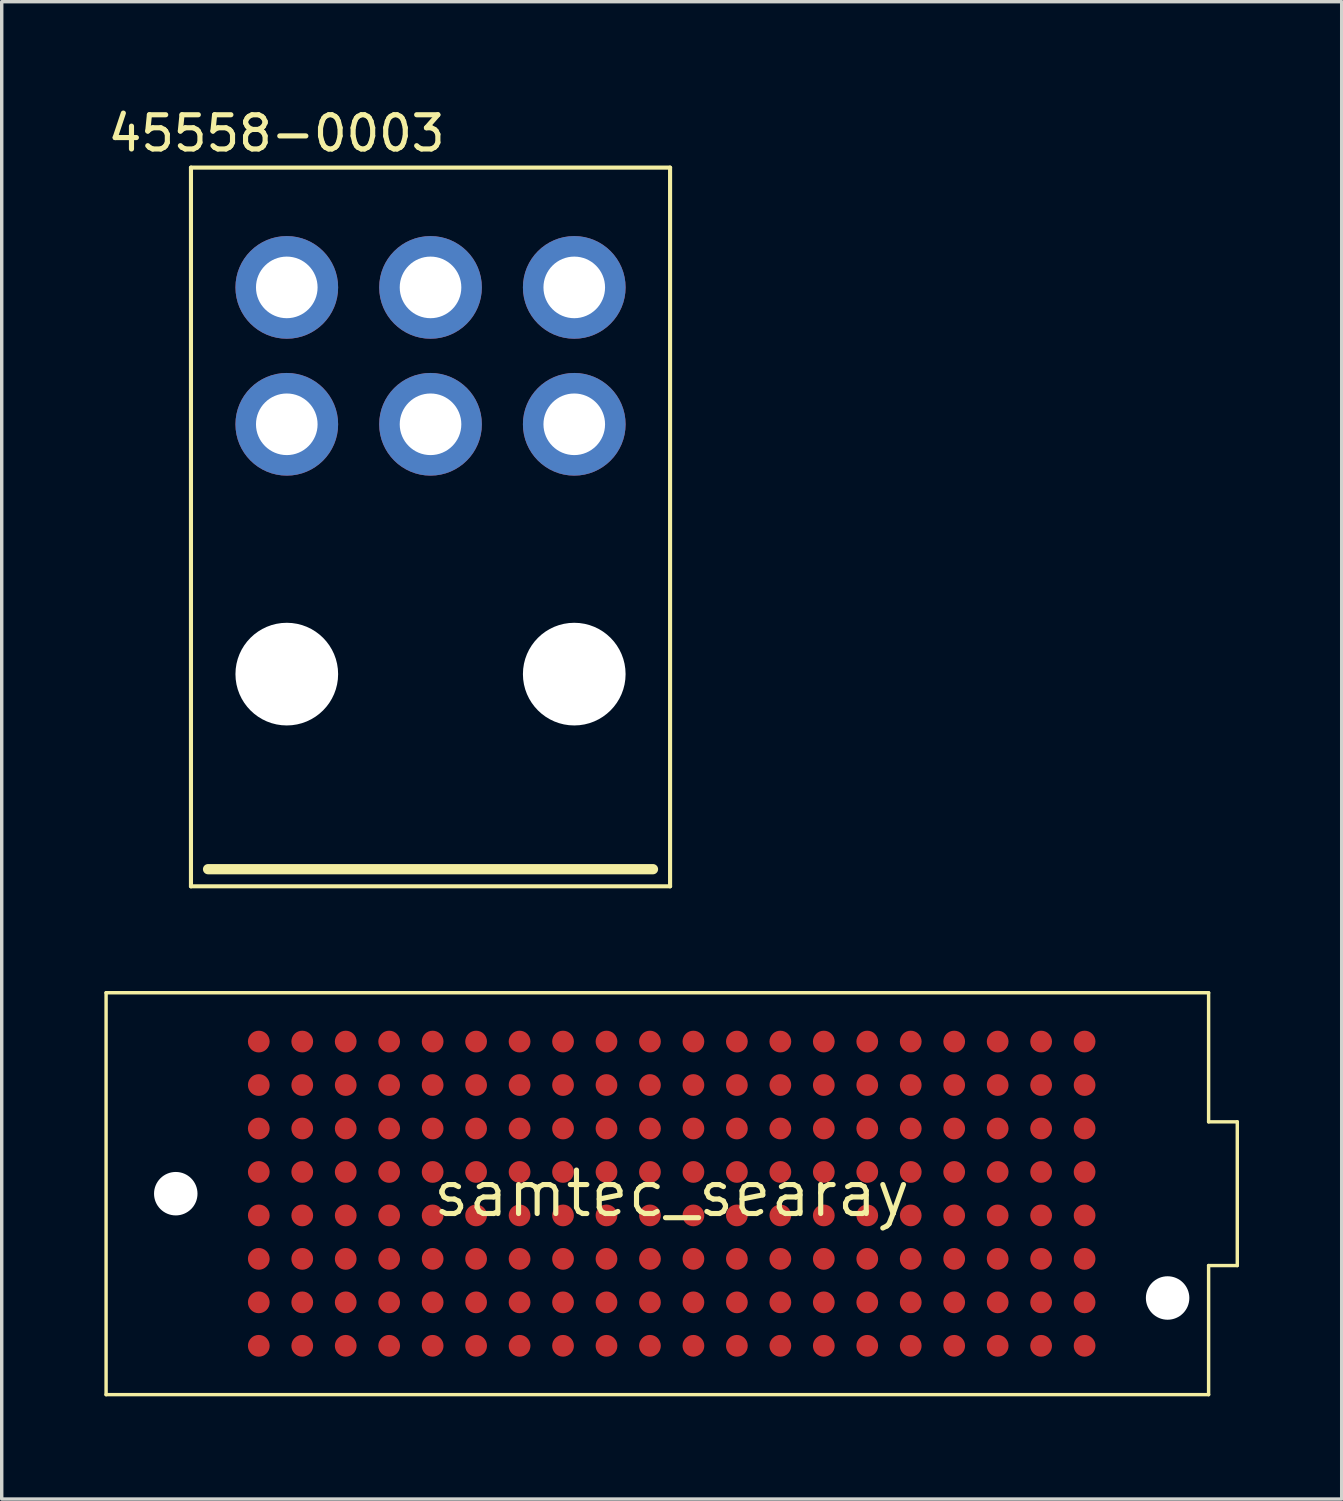
<source format=kicad_pcb>
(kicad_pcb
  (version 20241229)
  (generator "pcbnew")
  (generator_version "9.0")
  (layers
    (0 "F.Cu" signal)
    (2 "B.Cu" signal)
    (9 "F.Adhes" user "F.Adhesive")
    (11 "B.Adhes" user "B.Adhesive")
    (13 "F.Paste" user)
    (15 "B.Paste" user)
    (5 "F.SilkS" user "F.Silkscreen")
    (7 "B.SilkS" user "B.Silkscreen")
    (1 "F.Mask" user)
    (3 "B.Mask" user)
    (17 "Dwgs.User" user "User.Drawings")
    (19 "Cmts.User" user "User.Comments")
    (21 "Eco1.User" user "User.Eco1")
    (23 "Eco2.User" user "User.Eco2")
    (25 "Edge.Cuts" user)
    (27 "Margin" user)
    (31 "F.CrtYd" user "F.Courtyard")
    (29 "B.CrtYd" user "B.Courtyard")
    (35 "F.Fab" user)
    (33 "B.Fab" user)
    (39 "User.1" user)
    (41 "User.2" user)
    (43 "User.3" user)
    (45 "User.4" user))
  (footprint "45558-0003"
    (layer "F.Cu")
    (at 9.53 9.348)
    (property "Reference" "45558-0003" (at -4.5 -8.5 0) (layer "F.SilkS") (effects (font (size 1 1) (thickness 0.15))))
    (attr through_hole)
    (fp_line (start -7 -7.5) (end 7 -7.5) (stroke (width 0.12) (type solid)) (layer "F.SilkS"))
    (fp_line (start -7 13.5) (end -7 -7.5) (stroke (width 0.12) (type solid)) (layer "F.SilkS"))
    (fp_line (start -7 13.5) (end 7 13.5) (stroke (width 0.12) (type solid)) (layer "F.SilkS"))
    (fp_line (start -6.5 13) (end 6.5 13) (stroke (width 0.3) (type solid)) (layer "F.SilkS"))
    (fp_line (start 7 13.5) (end 7 -7.5) (stroke (width 0.12) (type solid)) (layer "F.SilkS"))
    (pad "" np_thru_hole circle (at -4.2 7.3) (size 3 3) (drill 3) (layers "*.Cu" "*.Mask"))
    (pad "" np_thru_hole circle (at 4.2 7.3) (size 3 3) (drill 3) (layers "*.Cu" "*.Mask"))
    (pad "1" thru_hole circle (at -4.2 0) (size 3 3) (drill 1.8) (layers "*.Cu" "*.Mask"))
    (pad "2" thru_hole circle (at 0 0) (size 3 3) (drill 1.8) (layers "*.Cu" "*.Mask"))
    (pad "3" thru_hole circle (at 4.2 0) (size 3 3) (drill 1.8) (layers "*.Cu" "*.Mask"))
    (pad "4" thru_hole circle (at 4.2 -4) (size 3 3) (drill 1.8) (layers "*.Cu" "*.Mask"))
    (pad "5" thru_hole circle (at 0 -4) (size 3 3) (drill 1.8) (layers "*.Cu" "*.Mask"))
    (pad "6" thru_hole circle (at -4.2 -4) (size 3 3) (drill 1.8) (layers "*.Cu" "*.Mask")))
  (footprint "samtec_searay"
    (layer "F.Cu")
    (at 16.577 31.83)
    (property "Reference" "samtec_searay" (at 0 0 0) (layer "F.SilkS") (effects (font (size 1.27 1.27) (thickness 0.15))))
    (attr smd)
    (fp_line (start -16.527 -5.872) (end 15.689 -5.872) (stroke (width 0.1) (type solid)) (layer "F.SilkS"))
    (fp_line (start -16.527 5.872) (end -16.527 -5.872) (stroke (width 0.1) (type solid)) (layer "F.SilkS"))
    (fp_line (start 15.689 -5.872) (end 15.689 -2.1) (stroke (width 0.1) (type solid)) (layer "F.SilkS"))
    (fp_line (start 15.689 -2.1) (end 16.527 -2.1) (stroke (width 0.1) (type solid)) (layer "F.SilkS"))
    (fp_line (start 15.689 2.1) (end 15.689 5.872) (stroke (width 0.1) (type solid)) (layer "F.SilkS"))
    (fp_line (start 15.689 5.872) (end -16.527 5.872) (stroke (width 0.1) (type solid)) (layer "F.SilkS"))
    (fp_line (start 16.527 -2.1) (end 16.527 2.1) (stroke (width 0.1) (type solid)) (layer "F.SilkS"))
    (fp_line (start 16.527 2.1) (end 15.689 2.1) (stroke (width 0.1) (type solid)) (layer "F.SilkS"))
    (pad "" np_thru_hole circle (at -14.491 0) (size 1.27 1.27) (drill 1.27) (layers "*.Cu" "*.Mask"))
    (pad "" np_thru_hole circle (at 14.491 3.048) (size 1.27 1.27) (drill 1.27) (layers "*.Cu" "*.Mask"))
    (pad "A1" smd circle (at -12.065 -4.445) (size 0.635 0.635) (layers "F.Cu" "F.Mask" "F.Paste"))
    (pad "A2" smd circle (at -10.795 -4.445) (size 0.635 0.635) (layers "F.Cu" "F.Mask" "F.Paste"))
    (pad "A3" smd circle (at -9.525 -4.445) (size 0.635 0.635) (layers "F.Cu" "F.Mask" "F.Paste"))
    (pad "A4" smd circle (at -8.255 -4.445) (size 0.635 0.635) (layers "F.Cu" "F.Mask" "F.Paste"))
    (pad "A5" smd circle (at -6.985 -4.445) (size 0.635 0.635) (layers "F.Cu" "F.Mask" "F.Paste"))
    (pad "A6" smd circle (at -5.715 -4.445) (size 0.635 0.635) (layers "F.Cu" "F.Mask" "F.Paste"))
    (pad "A7" smd circle (at -4.445 -4.445) (size 0.635 0.635) (layers "F.Cu" "F.Mask" "F.Paste"))
    (pad "A8" smd circle (at -3.175 -4.445) (size 0.635 0.635) (layers "F.Cu" "F.Mask" "F.Paste"))
    (pad "A9" smd circle (at -1.905 -4.445) (size 0.635 0.635) (layers "F.Cu" "F.Mask" "F.Paste"))
    (pad "A10" smd circle (at -0.635 -4.445) (size 0.635 0.635) (layers "F.Cu" "F.Mask" "F.Paste"))
    (pad "A11" smd circle (at 0.635 -4.445) (size 0.635 0.635) (layers "F.Cu" "F.Mask" "F.Paste"))
    (pad "A12" smd circle (at 1.905 -4.445) (size 0.635 0.635) (layers "F.Cu" "F.Mask" "F.Paste"))
    (pad "A13" smd circle (at 3.175 -4.445) (size 0.635 0.635) (layers "F.Cu" "F.Mask" "F.Paste"))
    (pad "A14" smd circle (at 4.445 -4.445) (size 0.635 0.635) (layers "F.Cu" "F.Mask" "F.Paste"))
    (pad "A15" smd circle (at 5.715 -4.445) (size 0.635 0.635) (layers "F.Cu" "F.Mask" "F.Paste"))
    (pad "A16" smd circle (at 6.985 -4.445) (size 0.635 0.635) (layers "F.Cu" "F.Mask" "F.Paste"))
    (pad "A17" smd circle (at 8.255 -4.445) (size 0.635 0.635) (layers "F.Cu" "F.Mask" "F.Paste"))
    (pad "A18" smd circle (at 9.525 -4.445) (size 0.635 0.635) (layers "F.Cu" "F.Mask" "F.Paste"))
    (pad "A19" smd circle (at 10.795 -4.445) (size 0.635 0.635) (layers "F.Cu" "F.Mask" "F.Paste"))
    (pad "A20" smd circle (at 12.065 -4.445) (size 0.635 0.635) (layers "F.Cu" "F.Mask" "F.Paste"))
    (pad "B1" smd circle (at -12.065 -3.175) (size 0.635 0.635) (layers "F.Cu" "F.Mask" "F.Paste"))
    (pad "B2" smd circle (at -10.795 -3.175) (size 0.635 0.635) (layers "F.Cu" "F.Mask" "F.Paste"))
    (pad "B3" smd circle (at -9.525 -3.175) (size 0.635 0.635) (layers "F.Cu" "F.Mask" "F.Paste"))
    (pad "B4" smd circle (at -8.255 -3.175) (size 0.635 0.635) (layers "F.Cu" "F.Mask" "F.Paste"))
    (pad "B5" smd circle (at -6.985 -3.175) (size 0.635 0.635) (layers "F.Cu" "F.Mask" "F.Paste"))
    (pad "B6" smd circle (at -5.715 -3.175) (size 0.635 0.635) (layers "F.Cu" "F.Mask" "F.Paste"))
    (pad "B7" smd circle (at -4.445 -3.175) (size 0.635 0.635) (layers "F.Cu" "F.Mask" "F.Paste"))
    (pad "B8" smd circle (at -3.175 -3.175) (size 0.635 0.635) (layers "F.Cu" "F.Mask" "F.Paste"))
    (pad "B9" smd circle (at -1.905 -3.175) (size 0.635 0.635) (layers "F.Cu" "F.Mask" "F.Paste"))
    (pad "B10" smd circle (at -0.635 -3.175) (size 0.635 0.635) (layers "F.Cu" "F.Mask" "F.Paste"))
    (pad "B11" smd circle (at 0.635 -3.175) (size 0.635 0.635) (layers "F.Cu" "F.Mask" "F.Paste"))
    (pad "B12" smd circle (at 1.905 -3.175) (size 0.635 0.635) (layers "F.Cu" "F.Mask" "F.Paste"))
    (pad "B13" smd circle (at 3.175 -3.175) (size 0.635 0.635) (layers "F.Cu" "F.Mask" "F.Paste"))
    (pad "B14" smd circle (at 4.445 -3.175) (size 0.635 0.635) (layers "F.Cu" "F.Mask" "F.Paste"))
    (pad "B15" smd circle (at 5.715 -3.175) (size 0.635 0.635) (layers "F.Cu" "F.Mask" "F.Paste"))
    (pad "B16" smd circle (at 6.985 -3.175) (size 0.635 0.635) (layers "F.Cu" "F.Mask" "F.Paste"))
    (pad "B17" smd circle (at 8.255 -3.175) (size 0.635 0.635) (layers "F.Cu" "F.Mask" "F.Paste"))
    (pad "B18" smd circle (at 9.525 -3.175) (size 0.635 0.635) (layers "F.Cu" "F.Mask" "F.Paste"))
    (pad "B19" smd circle (at 10.795 -3.175) (size 0.635 0.635) (layers "F.Cu" "F.Mask" "F.Paste"))
    (pad "B20" smd circle (at 12.065 -3.175) (size 0.635 0.635) (layers "F.Cu" "F.Mask" "F.Paste"))
    (pad "C1" smd circle (at -12.065 -1.905) (size 0.635 0.635) (layers "F.Cu" "F.Mask" "F.Paste"))
    (pad "C2" smd circle (at -10.795 -1.905) (size 0.635 0.635) (layers "F.Cu" "F.Mask" "F.Paste"))
    (pad "C3" smd circle (at -9.525 -1.905) (size 0.635 0.635) (layers "F.Cu" "F.Mask" "F.Paste"))
    (pad "C4" smd circle (at -8.255 -1.905) (size 0.635 0.635) (layers "F.Cu" "F.Mask" "F.Paste"))
    (pad "C5" smd circle (at -6.985 -1.905) (size 0.635 0.635) (layers "F.Cu" "F.Mask" "F.Paste"))
    (pad "C6" smd circle (at -5.715 -1.905) (size 0.635 0.635) (layers "F.Cu" "F.Mask" "F.Paste"))
    (pad "C7" smd circle (at -4.445 -1.905) (size 0.635 0.635) (layers "F.Cu" "F.Mask" "F.Paste"))
    (pad "C8" smd circle (at -3.175 -1.905) (size 0.635 0.635) (layers "F.Cu" "F.Mask" "F.Paste"))
    (pad "C9" smd circle (at -1.905 -1.905) (size 0.635 0.635) (layers "F.Cu" "F.Mask" "F.Paste"))
    (pad "C10" smd circle (at -0.635 -1.905) (size 0.635 0.635) (layers "F.Cu" "F.Mask" "F.Paste"))
    (pad "C11" smd circle (at 0.635 -1.905) (size 0.635 0.635) (layers "F.Cu" "F.Mask" "F.Paste"))
    (pad "C12" smd circle (at 1.905 -1.905) (size 0.635 0.635) (layers "F.Cu" "F.Mask" "F.Paste"))
    (pad "C13" smd circle (at 3.175 -1.905) (size 0.635 0.635) (layers "F.Cu" "F.Mask" "F.Paste"))
    (pad "C14" smd circle (at 4.445 -1.905) (size 0.635 0.635) (layers "F.Cu" "F.Mask" "F.Paste"))
    (pad "C15" smd circle (at 5.715 -1.905) (size 0.635 0.635) (layers "F.Cu" "F.Mask" "F.Paste"))
    (pad "C16" smd circle (at 6.985 -1.905) (size 0.635 0.635) (layers "F.Cu" "F.Mask" "F.Paste"))
    (pad "C17" smd circle (at 8.255 -1.905) (size 0.635 0.635) (layers "F.Cu" "F.Mask" "F.Paste"))
    (pad "C18" smd circle (at 9.525 -1.905) (size 0.635 0.635) (layers "F.Cu" "F.Mask" "F.Paste"))
    (pad "C19" smd circle (at 10.795 -1.905) (size 0.635 0.635) (layers "F.Cu" "F.Mask" "F.Paste"))
    (pad "C20" smd circle (at 12.065 -1.905) (size 0.635 0.635) (layers "F.Cu" "F.Mask" "F.Paste"))
    (pad "D1" smd circle (at -12.065 -0.635) (size 0.635 0.635) (layers "F.Cu" "F.Mask" "F.Paste"))
    (pad "D2" smd circle (at -10.795 -0.635) (size 0.635 0.635) (layers "F.Cu" "F.Mask" "F.Paste"))
    (pad "D3" smd circle (at -9.525 -0.635) (size 0.635 0.635) (layers "F.Cu" "F.Mask" "F.Paste"))
    (pad "D4" smd circle (at -8.255 -0.635) (size 0.635 0.635) (layers "F.Cu" "F.Mask" "F.Paste"))
    (pad "D5" smd circle (at -6.985 -0.635) (size 0.635 0.635) (layers "F.Cu" "F.Mask" "F.Paste"))
    (pad "D6" smd circle (at -5.715 -0.635) (size 0.635 0.635) (layers "F.Cu" "F.Mask" "F.Paste"))
    (pad "D7" smd circle (at -4.445 -0.635) (size 0.635 0.635) (layers "F.Cu" "F.Mask" "F.Paste"))
    (pad "D8" smd circle (at -3.175 -0.635) (size 0.635 0.635) (layers "F.Cu" "F.Mask" "F.Paste"))
    (pad "D9" smd circle (at -1.905 -0.635) (size 0.635 0.635) (layers "F.Cu" "F.Mask" "F.Paste"))
    (pad "D10" smd circle (at -0.635 -0.635) (size 0.635 0.635) (layers "F.Cu" "F.Mask" "F.Paste"))
    (pad "D11" smd circle (at 0.635 -0.635) (size 0.635 0.635) (layers "F.Cu" "F.Mask" "F.Paste"))
    (pad "D12" smd circle (at 1.905 -0.635) (size 0.635 0.635) (layers "F.Cu" "F.Mask" "F.Paste"))
    (pad "D13" smd circle (at 3.175 -0.635) (size 0.635 0.635) (layers "F.Cu" "F.Mask" "F.Paste"))
    (pad "D14" smd circle (at 4.445 -0.635) (size 0.635 0.635) (layers "F.Cu" "F.Mask" "F.Paste"))
    (pad "D15" smd circle (at 5.715 -0.635) (size 0.635 0.635) (layers "F.Cu" "F.Mask" "F.Paste"))
    (pad "D16" smd circle (at 6.985 -0.635) (size 0.635 0.635) (layers "F.Cu" "F.Mask" "F.Paste"))
    (pad "D17" smd circle (at 8.255 -0.635) (size 0.635 0.635) (layers "F.Cu" "F.Mask" "F.Paste"))
    (pad "D18" smd circle (at 9.525 -0.635) (size 0.635 0.635) (layers "F.Cu" "F.Mask" "F.Paste"))
    (pad "D19" smd circle (at 10.795 -0.635) (size 0.635 0.635) (layers "F.Cu" "F.Mask" "F.Paste"))
    (pad "D20" smd circle (at 12.065 -0.635) (size 0.635 0.635) (layers "F.Cu" "F.Mask" "F.Paste"))
    (pad "E1" smd circle (at -12.065 0.635) (size 0.635 0.635) (layers "F.Cu" "F.Mask" "F.Paste"))
    (pad "E2" smd circle (at -10.795 0.635) (size 0.635 0.635) (layers "F.Cu" "F.Mask" "F.Paste"))
    (pad "E3" smd circle (at -9.525 0.635) (size 0.635 0.635) (layers "F.Cu" "F.Mask" "F.Paste"))
    (pad "E4" smd circle (at -8.255 0.635) (size 0.635 0.635) (layers "F.Cu" "F.Mask" "F.Paste"))
    (pad "E5" smd circle (at -6.985 0.635) (size 0.635 0.635) (layers "F.Cu" "F.Mask" "F.Paste"))
    (pad "E6" smd circle (at -5.715 0.635) (size 0.635 0.635) (layers "F.Cu" "F.Mask" "F.Paste"))
    (pad "E7" smd circle (at -4.445 0.635) (size 0.635 0.635) (layers "F.Cu" "F.Mask" "F.Paste"))
    (pad "E8" smd circle (at -3.175 0.635) (size 0.635 0.635) (layers "F.Cu" "F.Mask" "F.Paste"))
    (pad "E9" smd circle (at -1.905 0.635) (size 0.635 0.635) (layers "F.Cu" "F.Mask" "F.Paste"))
    (pad "E10" smd circle (at -0.635 0.635) (size 0.635 0.635) (layers "F.Cu" "F.Mask" "F.Paste"))
    (pad "E11" smd circle (at 0.635 0.635) (size 0.635 0.635) (layers "F.Cu" "F.Mask" "F.Paste"))
    (pad "E12" smd circle (at 1.905 0.635) (size 0.635 0.635) (layers "F.Cu" "F.Mask" "F.Paste"))
    (pad "E13" smd circle (at 3.175 0.635) (size 0.635 0.635) (layers "F.Cu" "F.Mask" "F.Paste"))
    (pad "E14" smd circle (at 4.445 0.635) (size 0.635 0.635) (layers "F.Cu" "F.Mask" "F.Paste"))
    (pad "E15" smd circle (at 5.715 0.635) (size 0.635 0.635) (layers "F.Cu" "F.Mask" "F.Paste"))
    (pad "E16" smd circle (at 6.985 0.635) (size 0.635 0.635) (layers "F.Cu" "F.Mask" "F.Paste"))
    (pad "E17" smd circle (at 8.255 0.635) (size 0.635 0.635) (layers "F.Cu" "F.Mask" "F.Paste"))
    (pad "E18" smd circle (at 9.525 0.635) (size 0.635 0.635) (layers "F.Cu" "F.Mask" "F.Paste"))
    (pad "E19" smd circle (at 10.795 0.635) (size 0.635 0.635) (layers "F.Cu" "F.Mask" "F.Paste"))
    (pad "E20" smd circle (at 12.065 0.635) (size 0.635 0.635) (layers "F.Cu" "F.Mask" "F.Paste"))
    (pad "F1" smd circle (at -12.065 1.905) (size 0.635 0.635) (layers "F.Cu" "F.Mask" "F.Paste"))
    (pad "F2" smd circle (at -10.795 1.905) (size 0.635 0.635) (layers "F.Cu" "F.Mask" "F.Paste"))
    (pad "F3" smd circle (at -9.525 1.905) (size 0.635 0.635) (layers "F.Cu" "F.Mask" "F.Paste"))
    (pad "F4" smd circle (at -8.255 1.905) (size 0.635 0.635) (layers "F.Cu" "F.Mask" "F.Paste"))
    (pad "F5" smd circle (at -6.985 1.905) (size 0.635 0.635) (layers "F.Cu" "F.Mask" "F.Paste"))
    (pad "F6" smd circle (at -5.715 1.905) (size 0.635 0.635) (layers "F.Cu" "F.Mask" "F.Paste"))
    (pad "F7" smd circle (at -4.445 1.905) (size 0.635 0.635) (layers "F.Cu" "F.Mask" "F.Paste"))
    (pad "F8" smd circle (at -3.175 1.905) (size 0.635 0.635) (layers "F.Cu" "F.Mask" "F.Paste"))
    (pad "F9" smd circle (at -1.905 1.905) (size 0.635 0.635) (layers "F.Cu" "F.Mask" "F.Paste"))
    (pad "F10" smd circle (at -0.635 1.905) (size 0.635 0.635) (layers "F.Cu" "F.Mask" "F.Paste"))
    (pad "F11" smd circle (at 0.635 1.905) (size 0.635 0.635) (layers "F.Cu" "F.Mask" "F.Paste"))
    (pad "F12" smd circle (at 1.905 1.905) (size 0.635 0.635) (layers "F.Cu" "F.Mask" "F.Paste"))
    (pad "F13" smd circle (at 3.175 1.905) (size 0.635 0.635) (layers "F.Cu" "F.Mask" "F.Paste"))
    (pad "F14" smd circle (at 4.445 1.905) (size 0.635 0.635) (layers "F.Cu" "F.Mask" "F.Paste"))
    (pad "F15" smd circle (at 5.715 1.905) (size 0.635 0.635) (layers "F.Cu" "F.Mask" "F.Paste"))
    (pad "F16" smd circle (at 6.985 1.905) (size 0.635 0.635) (layers "F.Cu" "F.Mask" "F.Paste"))
    (pad "F17" smd circle (at 8.255 1.905) (size 0.635 0.635) (layers "F.Cu" "F.Mask" "F.Paste"))
    (pad "F18" smd circle (at 9.525 1.905) (size 0.635 0.635) (layers "F.Cu" "F.Mask" "F.Paste"))
    (pad "F19" smd circle (at 10.795 1.905) (size 0.635 0.635) (layers "F.Cu" "F.Mask" "F.Paste"))
    (pad "F20" smd circle (at 12.065 1.905) (size 0.635 0.635) (layers "F.Cu" "F.Mask" "F.Paste"))
    (pad "G1" smd circle (at -12.065 3.175) (size 0.635 0.635) (layers "F.Cu" "F.Mask" "F.Paste"))
    (pad "G2" smd circle (at -10.795 3.175) (size 0.635 0.635) (layers "F.Cu" "F.Mask" "F.Paste"))
    (pad "G3" smd circle (at -9.525 3.175) (size 0.635 0.635) (layers "F.Cu" "F.Mask" "F.Paste"))
    (pad "G4" smd circle (at -8.255 3.175) (size 0.635 0.635) (layers "F.Cu" "F.Mask" "F.Paste"))
    (pad "G5" smd circle (at -6.985 3.175) (size 0.635 0.635) (layers "F.Cu" "F.Mask" "F.Paste"))
    (pad "G6" smd circle (at -5.715 3.175) (size 0.635 0.635) (layers "F.Cu" "F.Mask" "F.Paste"))
    (pad "G7" smd circle (at -4.445 3.175) (size 0.635 0.635) (layers "F.Cu" "F.Mask" "F.Paste"))
    (pad "G8" smd circle (at -3.175 3.175) (size 0.635 0.635) (layers "F.Cu" "F.Mask" "F.Paste"))
    (pad "G9" smd circle (at -1.905 3.175) (size 0.635 0.635) (layers "F.Cu" "F.Mask" "F.Paste"))
    (pad "G10" smd circle (at -0.635 3.175) (size 0.635 0.635) (layers "F.Cu" "F.Mask" "F.Paste"))
    (pad "G11" smd circle (at 0.635 3.175) (size 0.635 0.635) (layers "F.Cu" "F.Mask" "F.Paste"))
    (pad "G12" smd circle (at 1.905 3.175) (size 0.635 0.635) (layers "F.Cu" "F.Mask" "F.Paste"))
    (pad "G13" smd circle (at 3.175 3.175) (size 0.635 0.635) (layers "F.Cu" "F.Mask" "F.Paste"))
    (pad "G14" smd circle (at 4.445 3.175) (size 0.635 0.635) (layers "F.Cu" "F.Mask" "F.Paste"))
    (pad "G15" smd circle (at 5.715 3.175) (size 0.635 0.635) (layers "F.Cu" "F.Mask" "F.Paste"))
    (pad "G16" smd circle (at 6.985 3.175) (size 0.635 0.635) (layers "F.Cu" "F.Mask" "F.Paste"))
    (pad "G17" smd circle (at 8.255 3.175) (size 0.635 0.635) (layers "F.Cu" "F.Mask" "F.Paste"))
    (pad "G18" smd circle (at 9.525 3.175) (size 0.635 0.635) (layers "F.Cu" "F.Mask" "F.Paste"))
    (pad "G19" smd circle (at 10.795 3.175) (size 0.635 0.635) (layers "F.Cu" "F.Mask" "F.Paste"))
    (pad "G20" smd circle (at 12.065 3.175) (size 0.635 0.635) (layers "F.Cu" "F.Mask" "F.Paste"))
    (pad "H1" smd circle (at -12.065 4.445) (size 0.635 0.635) (layers "F.Cu" "F.Mask" "F.Paste"))
    (pad "H2" smd circle (at -10.795 4.445) (size 0.635 0.635) (layers "F.Cu" "F.Mask" "F.Paste"))
    (pad "H3" smd circle (at -9.525 4.445) (size 0.635 0.635) (layers "F.Cu" "F.Mask" "F.Paste"))
    (pad "H4" smd circle (at -8.255 4.445) (size 0.635 0.635) (layers "F.Cu" "F.Mask" "F.Paste"))
    (pad "H5" smd circle (at -6.985 4.445) (size 0.635 0.635) (layers "F.Cu" "F.Mask" "F.Paste"))
    (pad "H6" smd circle (at -5.715 4.445) (size 0.635 0.635) (layers "F.Cu" "F.Mask" "F.Paste"))
    (pad "H7" smd circle (at -4.445 4.445) (size 0.635 0.635) (layers "F.Cu" "F.Mask" "F.Paste"))
    (pad "H8" smd circle (at -3.175 4.445) (size 0.635 0.635) (layers "F.Cu" "F.Mask" "F.Paste"))
    (pad "H9" smd circle (at -1.905 4.445) (size 0.635 0.635) (layers "F.Cu" "F.Mask" "F.Paste"))
    (pad "H10" smd circle (at -0.635 4.445) (size 0.635 0.635) (layers "F.Cu" "F.Mask" "F.Paste"))
    (pad "H11" smd circle (at 0.635 4.445) (size 0.635 0.635) (layers "F.Cu" "F.Mask" "F.Paste"))
    (pad "H12" smd circle (at 1.905 4.445) (size 0.635 0.635) (layers "F.Cu" "F.Mask" "F.Paste"))
    (pad "H13" smd circle (at 3.175 4.445) (size 0.635 0.635) (layers "F.Cu" "F.Mask" "F.Paste"))
    (pad "H14" smd circle (at 4.445 4.445) (size 0.635 0.635) (layers "F.Cu" "F.Mask" "F.Paste"))
    (pad "H15" smd circle (at 5.715 4.445) (size 0.635 0.635) (layers "F.Cu" "F.Mask" "F.Paste"))
    (pad "H16" smd circle (at 6.985 4.445) (size 0.635 0.635) (layers "F.Cu" "F.Mask" "F.Paste"))
    (pad "H17" smd circle (at 8.255 4.445) (size 0.635 0.635) (layers "F.Cu" "F.Mask" "F.Paste"))
    (pad "H18" smd circle (at 9.525 4.445) (size 0.635 0.635) (layers "F.Cu" "F.Mask" "F.Paste"))
    (pad "H19" smd circle (at 10.795 4.445) (size 0.635 0.635) (layers "F.Cu" "F.Mask" "F.Paste"))
    (pad "H20" smd circle (at 12.065 4.445) (size 0.635 0.635) (layers "F.Cu" "F.Mask" "F.Paste")))
  (gr_rect
    (start -3 -3)
    (end 36.155 40.752)
    (stroke (width 0.1) (type default))
    (fill no)
    (layer "Edge.Cuts")))
</source>
